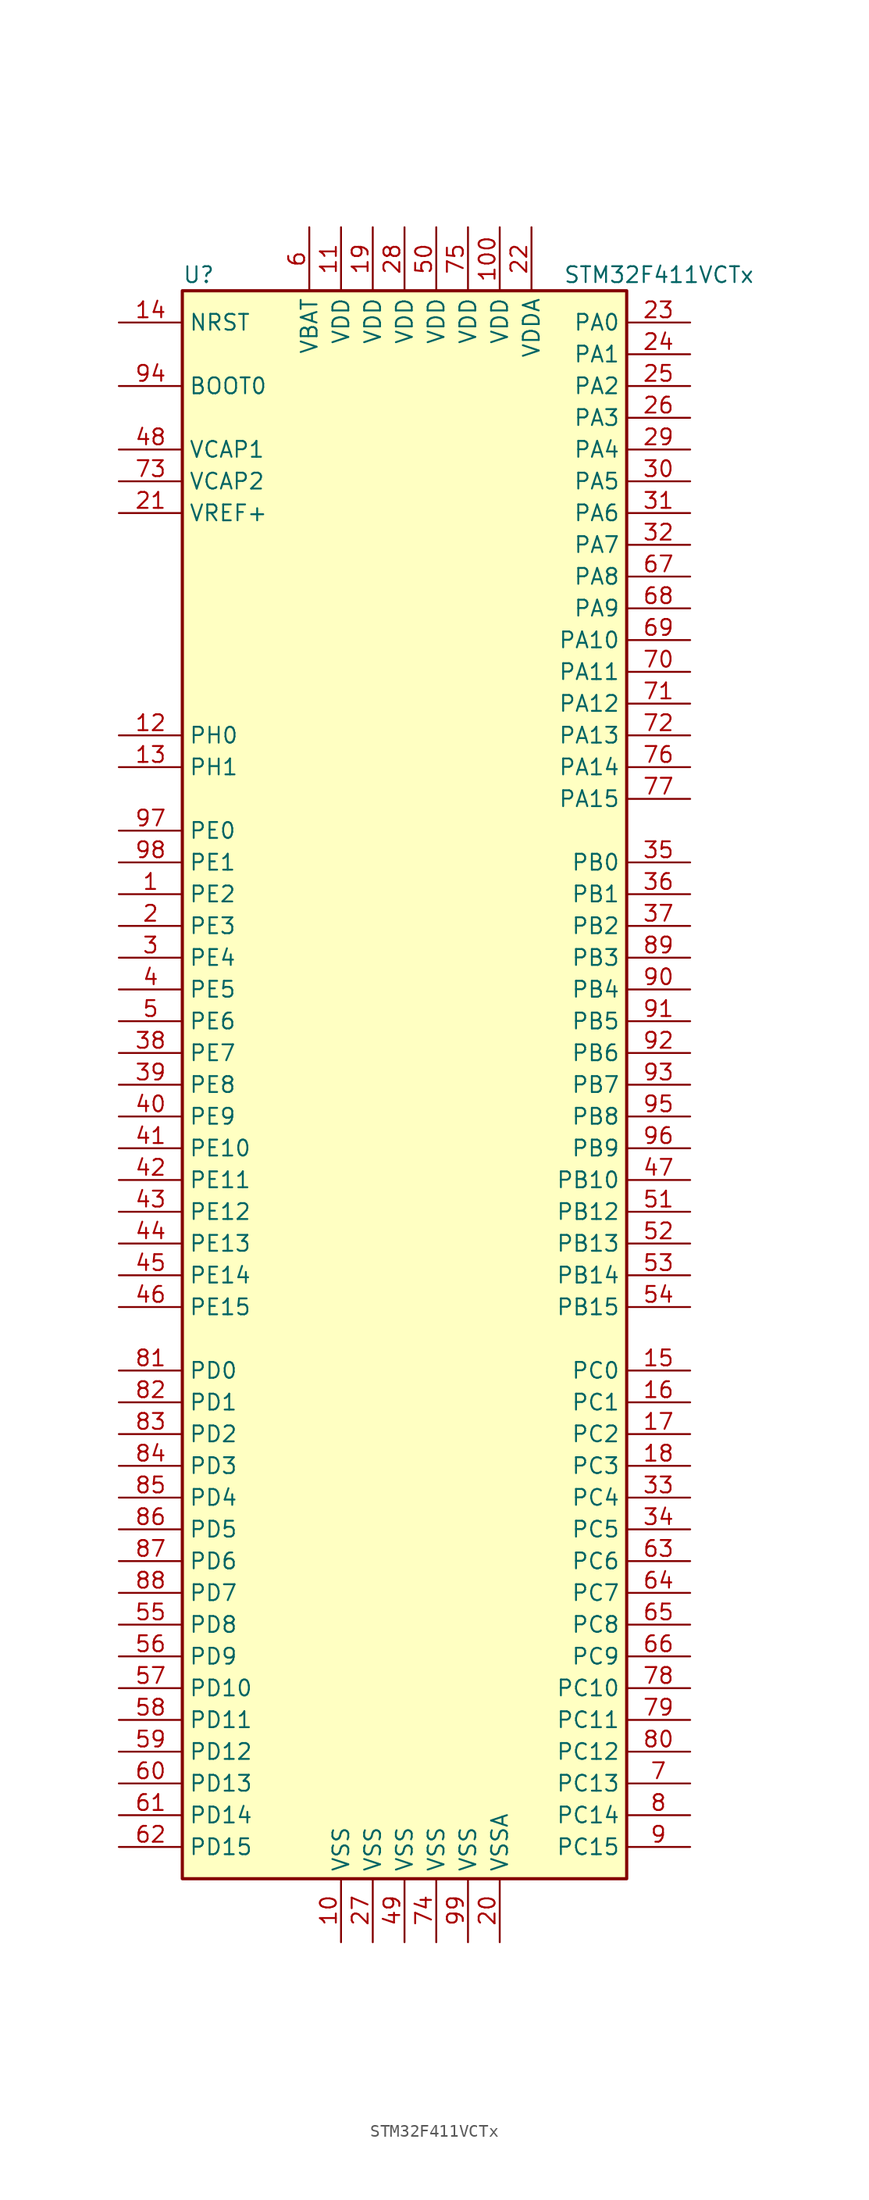
<source format=kicad_sym>
(kicad_symbol_lib
  (version 20201005)
  (generator kicad_symbol_editor)
  (symbol "STM32F411VCTx"
    (property "Reference" "U"
      (at -17.78 64.77 0)
      (effects (font (size 1.27 1.27)) (justify left)))
    (property "Value" "STM32F411VCTx"
      (at 12.7 64.77 0)
      (effects (font (size 1.27 1.27)) (justify left)))
    (symbol "STM32F411VCTx_0_1"
      (rectangle (start -17.78 -63.5) (end 17.78 63.5) (stroke (width 0.254)) (fill (type background))))
    (symbol "STM32F411VCTx_1_1"
      (pin bidirectional line (at -22.86 15.24 0) (length 5.08) (name "PE2" (effects (font (size 1.27 1.27)))) (number "1" (effects (font (size 1.27 1.27)))))
      (pin power_in line (at -5.08 -68.58 90) (length 5.08) (name "VSS" (effects (font (size 1.27 1.27)))) (number "10" (effects (font (size 1.27 1.27)))))
      (pin power_in line (at 7.62 68.58 270) (length 5.08) (name "VDD" (effects (font (size 1.27 1.27)))) (number "100" (effects (font (size 1.27 1.27)))))
      (pin power_in line (at -5.08 68.58 270) (length 5.08) (name "VDD" (effects (font (size 1.27 1.27)))) (number "11" (effects (font (size 1.27 1.27)))))
      (pin input line (at -22.86 27.94 0) (length 5.08) (name "PH0" (effects (font (size 1.27 1.27)))) (number "12" (effects (font (size 1.27 1.27)))))
      (pin input line (at -22.86 25.4 0) (length 5.08) (name "PH1" (effects (font (size 1.27 1.27)))) (number "13" (effects (font (size 1.27 1.27)))))
      (pin input line (at -22.86 60.96 0) (length 5.08) (name "NRST" (effects (font (size 1.27 1.27)))) (number "14" (effects (font (size 1.27 1.27)))))
      (pin bidirectional line (at 22.86 -22.86 180) (length 5.08) (name "PC0" (effects (font (size 1.27 1.27)))) (number "15" (effects (font (size 1.27 1.27)))))
      (pin bidirectional line (at 22.86 -25.4 180) (length 5.08) (name "PC1" (effects (font (size 1.27 1.27)))) (number "16" (effects (font (size 1.27 1.27)))))
      (pin bidirectional line (at 22.86 -27.94 180) (length 5.08) (name "PC2" (effects (font (size 1.27 1.27)))) (number "17" (effects (font (size 1.27 1.27)))))
      (pin bidirectional line (at 22.86 -30.48 180) (length 5.08) (name "PC3" (effects (font (size 1.27 1.27)))) (number "18" (effects (font (size 1.27 1.27)))))
      (pin power_in line (at -2.54 68.58 270) (length 5.08) (name "VDD" (effects (font (size 1.27 1.27)))) (number "19" (effects (font (size 1.27 1.27)))))
      (pin bidirectional line (at -22.86 12.7 0) (length 5.08) (name "PE3" (effects (font (size 1.27 1.27)))) (number "2" (effects (font (size 1.27 1.27)))))
      (pin power_in line (at 7.62 -68.58 90) (length 5.08) (name "VSSA" (effects (font (size 1.27 1.27)))) (number "20" (effects (font (size 1.27 1.27)))))
      (pin power_in line (at -22.86 45.72 0) (length 5.08) (name "VREF+" (effects (font (size 1.27 1.27)))) (number "21" (effects (font (size 1.27 1.27)))))
      (pin power_in line (at 10.16 68.58 270) (length 5.08) (name "VDDA" (effects (font (size 1.27 1.27)))) (number "22" (effects (font (size 1.27 1.27)))))
      (pin bidirectional line (at 22.86 60.96 180) (length 5.08) (name "PA0" (effects (font (size 1.27 1.27)))) (number "23" (effects (font (size 1.27 1.27)))))
      (pin bidirectional line (at 22.86 58.42 180) (length 5.08) (name "PA1" (effects (font (size 1.27 1.27)))) (number "24" (effects (font (size 1.27 1.27)))))
      (pin bidirectional line (at 22.86 55.88 180) (length 5.08) (name "PA2" (effects (font (size 1.27 1.27)))) (number "25" (effects (font (size 1.27 1.27)))))
      (pin bidirectional line (at 22.86 53.34 180) (length 5.08) (name "PA3" (effects (font (size 1.27 1.27)))) (number "26" (effects (font (size 1.27 1.27)))))
      (pin power_in line (at -2.54 -68.58 90) (length 5.08) (name "VSS" (effects (font (size 1.27 1.27)))) (number "27" (effects (font (size 1.27 1.27)))))
      (pin power_in line (at 0 68.58 270) (length 5.08) (name "VDD" (effects (font (size 1.27 1.27)))) (number "28" (effects (font (size 1.27 1.27)))))
      (pin bidirectional line (at 22.86 50.8 180) (length 5.08) (name "PA4" (effects (font (size 1.27 1.27)))) (number "29" (effects (font (size 1.27 1.27)))))
      (pin bidirectional line (at -22.86 10.16 0) (length 5.08) (name "PE4" (effects (font (size 1.27 1.27)))) (number "3" (effects (font (size 1.27 1.27)))))
      (pin bidirectional line (at 22.86 48.26 180) (length 5.08) (name "PA5" (effects (font (size 1.27 1.27)))) (number "30" (effects (font (size 1.27 1.27)))))
      (pin bidirectional line (at 22.86 45.72 180) (length 5.08) (name "PA6" (effects (font (size 1.27 1.27)))) (number "31" (effects (font (size 1.27 1.27)))))
      (pin bidirectional line (at 22.86 43.18 180) (length 5.08) (name "PA7" (effects (font (size 1.27 1.27)))) (number "32" (effects (font (size 1.27 1.27)))))
      (pin bidirectional line (at 22.86 -33.02 180) (length 5.08) (name "PC4" (effects (font (size 1.27 1.27)))) (number "33" (effects (font (size 1.27 1.27)))))
      (pin bidirectional line (at 22.86 -35.56 180) (length 5.08) (name "PC5" (effects (font (size 1.27 1.27)))) (number "34" (effects (font (size 1.27 1.27)))))
      (pin bidirectional line (at 22.86 17.78 180) (length 5.08) (name "PB0" (effects (font (size 1.27 1.27)))) (number "35" (effects (font (size 1.27 1.27)))))
      (pin bidirectional line (at 22.86 15.24 180) (length 5.08) (name "PB1" (effects (font (size 1.27 1.27)))) (number "36" (effects (font (size 1.27 1.27)))))
      (pin bidirectional line (at 22.86 12.7 180) (length 5.08) (name "PB2" (effects (font (size 1.27 1.27)))) (number "37" (effects (font (size 1.27 1.27)))))
      (pin bidirectional line (at -22.86 2.54 0) (length 5.08) (name "PE7" (effects (font (size 1.27 1.27)))) (number "38" (effects (font (size 1.27 1.27)))))
      (pin bidirectional line (at -22.86 0 0) (length 5.08) (name "PE8" (effects (font (size 1.27 1.27)))) (number "39" (effects (font (size 1.27 1.27)))))
      (pin bidirectional line (at -22.86 7.62 0) (length 5.08) (name "PE5" (effects (font (size 1.27 1.27)))) (number "4" (effects (font (size 1.27 1.27)))))
      (pin bidirectional line (at -22.86 -2.54 0) (length 5.08) (name "PE9" (effects (font (size 1.27 1.27)))) (number "40" (effects (font (size 1.27 1.27)))))
      (pin bidirectional line (at -22.86 -5.08 0) (length 5.08) (name "PE10" (effects (font (size 1.27 1.27)))) (number "41" (effects (font (size 1.27 1.27)))))
      (pin bidirectional line (at -22.86 -7.62 0) (length 5.08) (name "PE11" (effects (font (size 1.27 1.27)))) (number "42" (effects (font (size 1.27 1.27)))))
      (pin bidirectional line (at -22.86 -10.16 0) (length 5.08) (name "PE12" (effects (font (size 1.27 1.27)))) (number "43" (effects (font (size 1.27 1.27)))))
      (pin bidirectional line (at -22.86 -12.7 0) (length 5.08) (name "PE13" (effects (font (size 1.27 1.27)))) (number "44" (effects (font (size 1.27 1.27)))))
      (pin bidirectional line (at -22.86 -15.24 0) (length 5.08) (name "PE14" (effects (font (size 1.27 1.27)))) (number "45" (effects (font (size 1.27 1.27)))))
      (pin bidirectional line (at -22.86 -17.78 0) (length 5.08) (name "PE15" (effects (font (size 1.27 1.27)))) (number "46" (effects (font (size 1.27 1.27)))))
      (pin bidirectional line (at 22.86 -7.62 180) (length 5.08) (name "PB10" (effects (font (size 1.27 1.27)))) (number "47" (effects (font (size 1.27 1.27)))))
      (pin power_in line (at -22.86 50.8 0) (length 5.08) (name "VCAP1" (effects (font (size 1.27 1.27)))) (number "48" (effects (font (size 1.27 1.27)))))
      (pin power_in line (at 0 -68.58 90) (length 5.08) (name "VSS" (effects (font (size 1.27 1.27)))) (number "49" (effects (font (size 1.27 1.27)))))
      (pin bidirectional line (at -22.86 5.08 0) (length 5.08) (name "PE6" (effects (font (size 1.27 1.27)))) (number "5" (effects (font (size 1.27 1.27)))))
      (pin power_in line (at 2.54 68.58 270) (length 5.08) (name "VDD" (effects (font (size 1.27 1.27)))) (number "50" (effects (font (size 1.27 1.27)))))
      (pin bidirectional line (at 22.86 -10.16 180) (length 5.08) (name "PB12" (effects (font (size 1.27 1.27)))) (number "51" (effects (font (size 1.27 1.27)))))
      (pin bidirectional line (at 22.86 -12.7 180) (length 5.08) (name "PB13" (effects (font (size 1.27 1.27)))) (number "52" (effects (font (size 1.27 1.27)))))
      (pin bidirectional line (at 22.86 -15.24 180) (length 5.08) (name "PB14" (effects (font (size 1.27 1.27)))) (number "53" (effects (font (size 1.27 1.27)))))
      (pin bidirectional line (at 22.86 -17.78 180) (length 5.08) (name "PB15" (effects (font (size 1.27 1.27)))) (number "54" (effects (font (size 1.27 1.27)))))
      (pin bidirectional line (at -22.86 -43.18 0) (length 5.08) (name "PD8" (effects (font (size 1.27 1.27)))) (number "55" (effects (font (size 1.27 1.27)))))
      (pin bidirectional line (at -22.86 -45.72 0) (length 5.08) (name "PD9" (effects (font (size 1.27 1.27)))) (number "56" (effects (font (size 1.27 1.27)))))
      (pin bidirectional line (at -22.86 -48.26 0) (length 5.08) (name "PD10" (effects (font (size 1.27 1.27)))) (number "57" (effects (font (size 1.27 1.27)))))
      (pin bidirectional line (at -22.86 -50.8 0) (length 5.08) (name "PD11" (effects (font (size 1.27 1.27)))) (number "58" (effects (font (size 1.27 1.27)))))
      (pin bidirectional line (at -22.86 -53.34 0) (length 5.08) (name "PD12" (effects (font (size 1.27 1.27)))) (number "59" (effects (font (size 1.27 1.27)))))
      (pin power_in line (at -7.62 68.58 270) (length 5.08) (name "VBAT" (effects (font (size 1.27 1.27)))) (number "6" (effects (font (size 1.27 1.27)))))
      (pin bidirectional line (at -22.86 -55.88 0) (length 5.08) (name "PD13" (effects (font (size 1.27 1.27)))) (number "60" (effects (font (size 1.27 1.27)))))
      (pin bidirectional line (at -22.86 -58.42 0) (length 5.08) (name "PD14" (effects (font (size 1.27 1.27)))) (number "61" (effects (font (size 1.27 1.27)))))
      (pin bidirectional line (at -22.86 -60.96 0) (length 5.08) (name "PD15" (effects (font (size 1.27 1.27)))) (number "62" (effects (font (size 1.27 1.27)))))
      (pin bidirectional line (at 22.86 -38.1 180) (length 5.08) (name "PC6" (effects (font (size 1.27 1.27)))) (number "63" (effects (font (size 1.27 1.27)))))
      (pin bidirectional line (at 22.86 -40.64 180) (length 5.08) (name "PC7" (effects (font (size 1.27 1.27)))) (number "64" (effects (font (size 1.27 1.27)))))
      (pin bidirectional line (at 22.86 -43.18 180) (length 5.08) (name "PC8" (effects (font (size 1.27 1.27)))) (number "65" (effects (font (size 1.27 1.27)))))
      (pin bidirectional line (at 22.86 -45.72 180) (length 5.08) (name "PC9" (effects (font (size 1.27 1.27)))) (number "66" (effects (font (size 1.27 1.27)))))
      (pin bidirectional line (at 22.86 40.64 180) (length 5.08) (name "PA8" (effects (font (size 1.27 1.27)))) (number "67" (effects (font (size 1.27 1.27)))))
      (pin bidirectional line (at 22.86 38.1 180) (length 5.08) (name "PA9" (effects (font (size 1.27 1.27)))) (number "68" (effects (font (size 1.27 1.27)))))
      (pin bidirectional line (at 22.86 35.56 180) (length 5.08) (name "PA10" (effects (font (size 1.27 1.27)))) (number "69" (effects (font (size 1.27 1.27)))))
      (pin bidirectional line (at 22.86 -55.88 180) (length 5.08) (name "PC13" (effects (font (size 1.27 1.27)))) (number "7" (effects (font (size 1.27 1.27)))))
      (pin bidirectional line (at 22.86 33.02 180) (length 5.08) (name "PA11" (effects (font (size 1.27 1.27)))) (number "70" (effects (font (size 1.27 1.27)))))
      (pin bidirectional line (at 22.86 30.48 180) (length 5.08) (name "PA12" (effects (font (size 1.27 1.27)))) (number "71" (effects (font (size 1.27 1.27)))))
      (pin bidirectional line (at 22.86 27.94 180) (length 5.08) (name "PA13" (effects (font (size 1.27 1.27)))) (number "72" (effects (font (size 1.27 1.27)))))
      (pin power_in line (at -22.86 48.26 0) (length 5.08) (name "VCAP2" (effects (font (size 1.27 1.27)))) (number "73" (effects (font (size 1.27 1.27)))))
      (pin power_in line (at 2.54 -68.58 90) (length 5.08) (name "VSS" (effects (font (size 1.27 1.27)))) (number "74" (effects (font (size 1.27 1.27)))))
      (pin power_in line (at 5.08 68.58 270) (length 5.08) (name "VDD" (effects (font (size 1.27 1.27)))) (number "75" (effects (font (size 1.27 1.27)))))
      (pin bidirectional line (at 22.86 25.4 180) (length 5.08) (name "PA14" (effects (font (size 1.27 1.27)))) (number "76" (effects (font (size 1.27 1.27)))))
      (pin bidirectional line (at 22.86 22.86 180) (length 5.08) (name "PA15" (effects (font (size 1.27 1.27)))) (number "77" (effects (font (size 1.27 1.27)))))
      (pin bidirectional line (at 22.86 -48.26 180) (length 5.08) (name "PC10" (effects (font (size 1.27 1.27)))) (number "78" (effects (font (size 1.27 1.27)))))
      (pin bidirectional line (at 22.86 -50.8 180) (length 5.08) (name "PC11" (effects (font (size 1.27 1.27)))) (number "79" (effects (font (size 1.27 1.27)))))
      (pin bidirectional line (at 22.86 -58.42 180) (length 5.08) (name "PC14" (effects (font (size 1.27 1.27)))) (number "8" (effects (font (size 1.27 1.27)))))
      (pin bidirectional line (at 22.86 -53.34 180) (length 5.08) (name "PC12" (effects (font (size 1.27 1.27)))) (number "80" (effects (font (size 1.27 1.27)))))
      (pin bidirectional line (at -22.86 -22.86 0) (length 5.08) (name "PD0" (effects (font (size 1.27 1.27)))) (number "81" (effects (font (size 1.27 1.27)))))
      (pin bidirectional line (at -22.86 -25.4 0) (length 5.08) (name "PD1" (effects (font (size 1.27 1.27)))) (number "82" (effects (font (size 1.27 1.27)))))
      (pin bidirectional line (at -22.86 -27.94 0) (length 5.08) (name "PD2" (effects (font (size 1.27 1.27)))) (number "83" (effects (font (size 1.27 1.27)))))
      (pin bidirectional line (at -22.86 -30.48 0) (length 5.08) (name "PD3" (effects (font (size 1.27 1.27)))) (number "84" (effects (font (size 1.27 1.27)))))
      (pin bidirectional line (at -22.86 -33.02 0) (length 5.08) (name "PD4" (effects (font (size 1.27 1.27)))) (number "85" (effects (font (size 1.27 1.27)))))
      (pin bidirectional line (at -22.86 -35.56 0) (length 5.08) (name "PD5" (effects (font (size 1.27 1.27)))) (number "86" (effects (font (size 1.27 1.27)))))
      (pin bidirectional line (at -22.86 -38.1 0) (length 5.08) (name "PD6" (effects (font (size 1.27 1.27)))) (number "87" (effects (font (size 1.27 1.27)))))
      (pin bidirectional line (at -22.86 -40.64 0) (length 5.08) (name "PD7" (effects (font (size 1.27 1.27)))) (number "88" (effects (font (size 1.27 1.27)))))
      (pin bidirectional line (at 22.86 10.16 180) (length 5.08) (name "PB3" (effects (font (size 1.27 1.27)))) (number "89" (effects (font (size 1.27 1.27)))))
      (pin bidirectional line (at 22.86 -60.96 180) (length 5.08) (name "PC15" (effects (font (size 1.27 1.27)))) (number "9" (effects (font (size 1.27 1.27)))))
      (pin bidirectional line (at 22.86 7.62 180) (length 5.08) (name "PB4" (effects (font (size 1.27 1.27)))) (number "90" (effects (font (size 1.27 1.27)))))
      (pin bidirectional line (at 22.86 5.08 180) (length 5.08) (name "PB5" (effects (font (size 1.27 1.27)))) (number "91" (effects (font (size 1.27 1.27)))))
      (pin bidirectional line (at 22.86 2.54 180) (length 5.08) (name "PB6" (effects (font (size 1.27 1.27)))) (number "92" (effects (font (size 1.27 1.27)))))
      (pin bidirectional line (at 22.86 0 180) (length 5.08) (name "PB7" (effects (font (size 1.27 1.27)))) (number "93" (effects (font (size 1.27 1.27)))))
      (pin input line (at -22.86 55.88 0) (length 5.08) (name "BOOT0" (effects (font (size 1.27 1.27)))) (number "94" (effects (font (size 1.27 1.27)))))
      (pin bidirectional line (at 22.86 -2.54 180) (length 5.08) (name "PB8" (effects (font (size 1.27 1.27)))) (number "95" (effects (font (size 1.27 1.27)))))
      (pin bidirectional line (at 22.86 -5.08 180) (length 5.08) (name "PB9" (effects (font (size 1.27 1.27)))) (number "96" (effects (font (size 1.27 1.27)))))
      (pin bidirectional line (at -22.86 20.32 0) (length 5.08) (name "PE0" (effects (font (size 1.27 1.27)))) (number "97" (effects (font (size 1.27 1.27)))))
      (pin bidirectional line (at -22.86 17.78 0) (length 5.08) (name "PE1" (effects (font (size 1.27 1.27)))) (number "98" (effects (font (size 1.27 1.27)))))
      (pin power_in line (at 5.08 -68.58 90) (length 5.08) (name "VSS" (effects (font (size 1.27 1.27)))) (number "99" (effects (font (size 1.27 1.27))))))))
</source>
